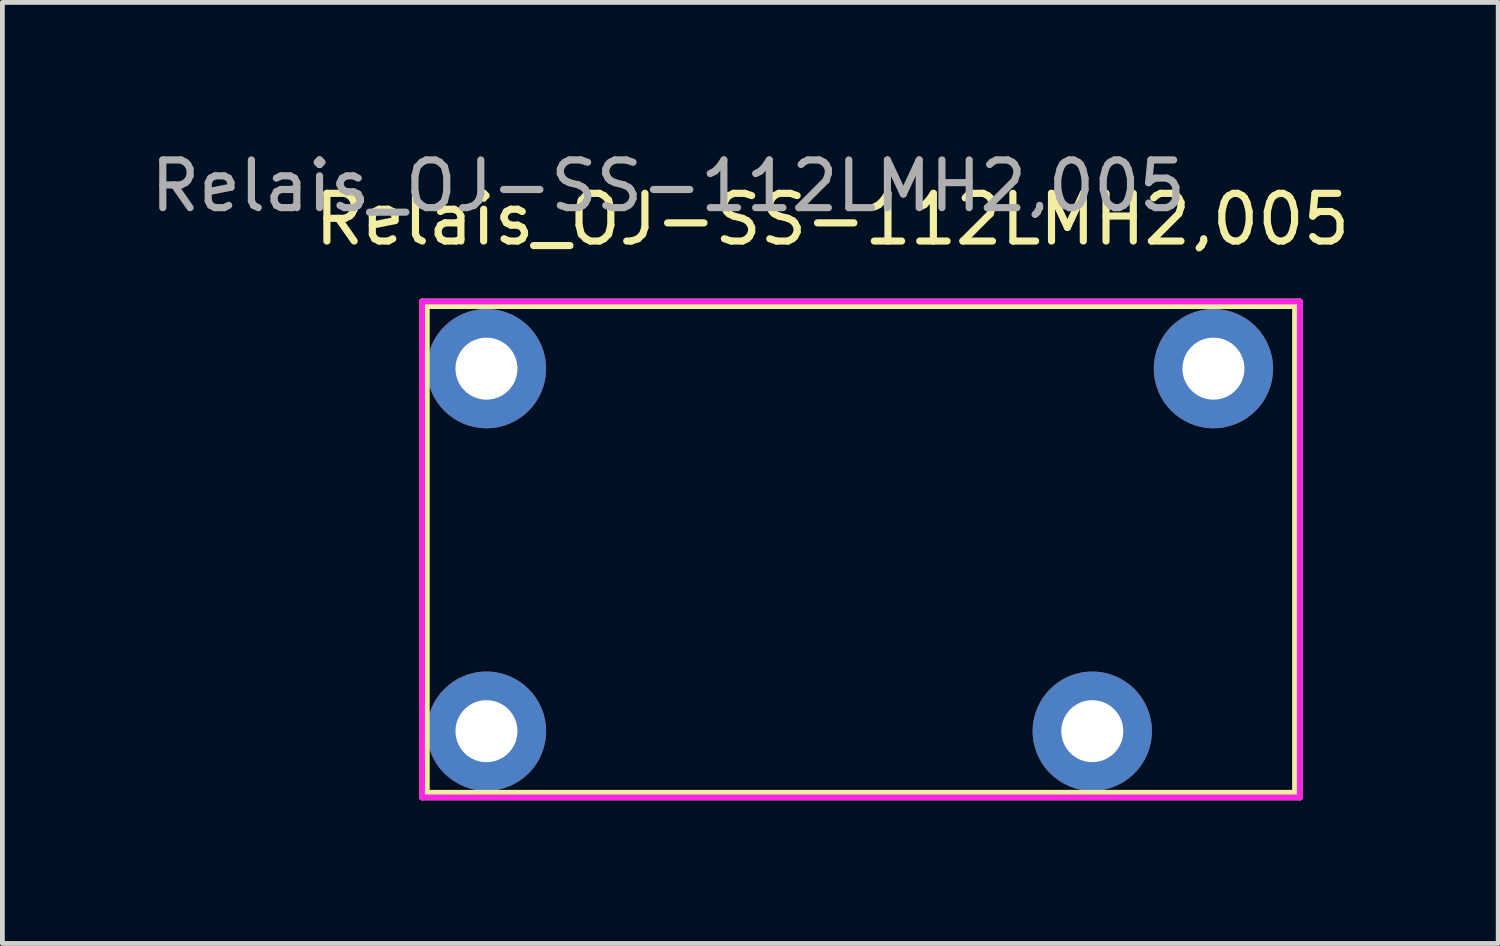
<source format=kicad_pcb>
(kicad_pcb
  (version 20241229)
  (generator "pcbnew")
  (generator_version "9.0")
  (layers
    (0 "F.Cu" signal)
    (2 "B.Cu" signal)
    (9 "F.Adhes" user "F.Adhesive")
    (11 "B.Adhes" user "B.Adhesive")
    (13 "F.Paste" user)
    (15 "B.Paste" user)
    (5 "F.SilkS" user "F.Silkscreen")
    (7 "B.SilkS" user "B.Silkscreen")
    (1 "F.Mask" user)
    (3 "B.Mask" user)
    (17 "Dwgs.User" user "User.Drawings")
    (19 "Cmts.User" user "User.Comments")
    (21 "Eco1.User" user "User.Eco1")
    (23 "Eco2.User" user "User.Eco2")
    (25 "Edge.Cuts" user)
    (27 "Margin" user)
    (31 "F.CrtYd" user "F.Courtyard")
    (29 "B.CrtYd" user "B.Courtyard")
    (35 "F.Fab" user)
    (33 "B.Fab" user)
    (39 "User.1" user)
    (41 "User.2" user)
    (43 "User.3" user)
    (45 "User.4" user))
  (footprint "Relais_OJ-SS-112LMH2,005"
    (layer "F.Cu")
    (at 7.148 12.278)
    (property "Reference" "Relais_OJ-SS-112LMH2,005" (at 7.25 -10.73 0) (layer "F.SilkS") (effects (font (size 1 1) (thickness 0.15))))
    (attr through_hole)
    (fp_line (start -1.25 -8.91) (end 16.95 -8.91) (stroke (width 0.12) (type solid)) (layer "F.SilkS"))
    (fp_line (start -1.25 1.29) (end -1.25 -8.91) (stroke (width 0.12) (type solid)) (layer "F.SilkS"))
    (fp_line (start 16.95 -8.91) (end 16.95 1.29) (stroke (width 0.12) (type solid)) (layer "F.SilkS"))
    (fp_line (start 16.95 1.29) (end -1.25 1.29) (stroke (width 0.12) (type solid)) (layer "F.SilkS"))
    (fp_line (start -1.35 -9.01) (end -1.35 1.39) (stroke (width 0.12) (type solid)) (layer "F.CrtYd"))
    (fp_line (start -1.35 1.39) (end 17.05 1.39) (stroke (width 0.12) (type solid)) (layer "F.CrtYd"))
    (fp_line (start 17.05 -9.01) (end -1.35 -9.01) (stroke (width 0.12) (type solid)) (layer "F.CrtYd"))
    (fp_line (start 17.05 1.39) (end 17.05 -9.01) (stroke (width 0.12) (type solid)) (layer "F.CrtYd"))
    (fp_line (start -1.35 -9.01) (end -1.35 1.39) (stroke (width 0.12) (type solid)) (layer "F.Fab"))
    (fp_line (start -1.35 1.39) (end 17.05 1.39) (stroke (width 0.12) (type solid)) (layer "F.Fab"))
    (fp_line (start 17.05 -9.01) (end -1.35 -9.01) (stroke (width 0.12) (type solid)) (layer "F.Fab"))
    (fp_line (start 17.05 1.39) (end 17.05 -9.01) (stroke (width 0.12) (type solid)) (layer "F.Fab"))
    (fp_text user "${REFERENCE}" (at 3.81 -11.43 0) (layer "F.Fab") (effects (font (size 1 1) (thickness 0.15))))
    (pad "b1" thru_hole circle (at 0 -7.6) (size 2.5 2.5) (drill 1.3) (layers "*.Cu" "*.Mask"))
    (pad "b2" thru_hole circle (at 0 0) (size 2.5 2.5) (drill 1.3) (layers "*.Cu" "*.Mask"))
    (pad "c1" thru_hole circle (at 15.24 -7.6) (size 2.5 2.5) (drill 1.3) (layers "*.Cu" "*.Mask"))
    (pad "c2" thru_hole circle (at 12.7 0) (size 2.5 2.5) (drill 1.3) (layers "*.Cu" "*.Mask")))
  (gr_rect
    (start -3 -3)
    (end 28.357 16.728)
    (stroke (width 0.1) (type default))
    (fill no)
    (layer "Edge.Cuts")))
</source>
